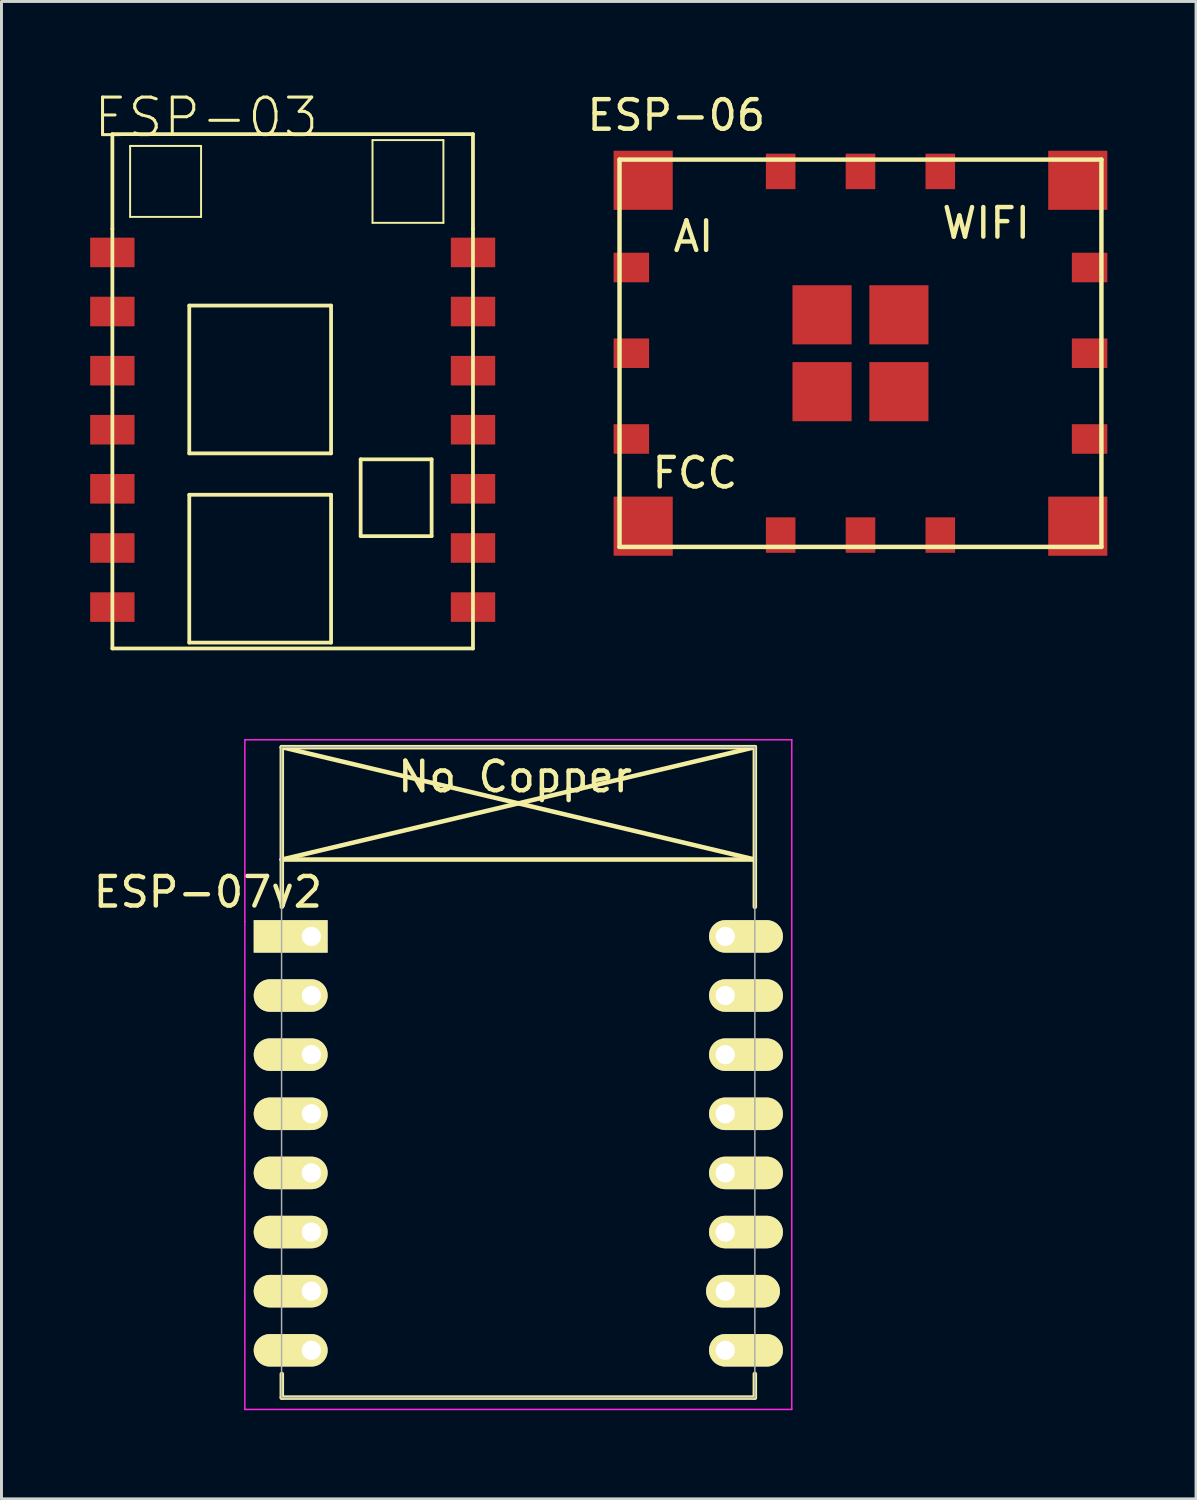
<source format=kicad_pcb>
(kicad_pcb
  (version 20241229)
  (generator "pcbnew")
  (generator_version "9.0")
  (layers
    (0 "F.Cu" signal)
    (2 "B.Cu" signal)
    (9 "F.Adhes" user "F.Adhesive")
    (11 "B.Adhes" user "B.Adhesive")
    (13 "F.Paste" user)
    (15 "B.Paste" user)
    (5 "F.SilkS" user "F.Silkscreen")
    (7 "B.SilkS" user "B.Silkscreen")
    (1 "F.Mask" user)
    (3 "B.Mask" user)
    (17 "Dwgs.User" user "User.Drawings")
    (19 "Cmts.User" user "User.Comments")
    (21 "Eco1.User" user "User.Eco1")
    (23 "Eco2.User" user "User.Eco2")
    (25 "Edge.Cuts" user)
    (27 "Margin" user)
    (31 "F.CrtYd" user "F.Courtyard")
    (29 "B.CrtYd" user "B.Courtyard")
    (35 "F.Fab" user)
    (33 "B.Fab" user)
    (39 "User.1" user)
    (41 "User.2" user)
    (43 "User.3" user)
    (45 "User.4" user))
  (footprint "ESP-06"
    (layer "F.Cu")
    (at 26.055 8.898)
    (property "Reference" "ESP-06" (at -6.23 -8.05 0) (layer "F.SilkS") (effects (font (size 1 1) (thickness 0.15))))
    (attr through_hole)
    (fp_line (start -8.15 -6.55) (end -8.15 6.55) (stroke (width 0.15) (type solid)) (layer "F.SilkS"))
    (fp_line (start -8.15 6.55) (end 8.15 6.55) (stroke (width 0.15) (type solid)) (layer "F.SilkS"))
    (fp_line (start 8.15 -6.55) (end -8.15 -6.55) (stroke (width 0.15) (type solid)) (layer "F.SilkS"))
    (fp_line (start 8.15 6.55) (end 8.15 -6.55) (stroke (width 0.15) (type solid)) (layer "F.SilkS"))
    (fp_text user "WIFI" (at 4.25 -4.4 0) (layer "F.SilkS") (effects (font (size 1 1) (thickness 0.15))))
    (fp_text user "AI" (at -5.65 -3.95 0) (layer "F.SilkS") (effects (font (size 1 1) (thickness 0.15))))
    (fp_text user "FCC" (at -5.6 4.05 0) (layer "F.SilkS") (effects (font (size 1 1) (thickness 0.15))))
    (pad "1" smd rect (at -7.35 -5.85) (size 2 2) (layers "F.Cu" "F.Mask" "F.Paste"))
    (pad "2" smd rect (at -7.75 -2.9) (size 1.2 1) (layers "F.Cu" "F.Mask" "F.Paste"))
    (pad "3" smd rect (at -7.75 0) (size 1.2 1) (layers "F.Cu" "F.Mask" "F.Paste"))
    (pad "4" smd rect (at -7.75 2.9) (size 1.2 1) (layers "F.Cu" "F.Mask" "F.Paste"))
    (pad "5" smd rect (at -7.35 5.85) (size 2 2) (layers "F.Cu" "F.Mask" "F.Paste"))
    (pad "6" smd rect (at -2.7 6.15) (size 1 1.2) (layers "F.Cu" "F.Mask" "F.Paste"))
    (pad "7" smd rect (at 0 6.15) (size 1 1.2) (layers "F.Cu" "F.Mask" "F.Paste"))
    (pad "8" smd rect (at 2.7 6.15) (size 1 1.2) (layers "F.Cu" "F.Mask" "F.Paste"))
    (pad "9" smd rect (at 7.35 5.85) (size 2 2) (layers "F.Cu" "F.Mask" "F.Paste"))
    (pad "10" smd rect (at 7.75 2.9) (size 1.2 1) (layers "F.Cu" "F.Mask" "F.Paste"))
    (pad "11" smd rect (at 7.75 0) (size 1.2 1) (layers "F.Cu" "F.Mask" "F.Paste"))
    (pad "12" smd rect (at 7.75 -2.9) (size 1.2 1) (layers "F.Cu" "F.Mask" "F.Paste"))
    (pad "13" smd rect (at 7.35 -5.85) (size 2 2) (layers "F.Cu" "F.Mask" "F.Paste"))
    (pad "14" smd rect (at 2.7 -6.15) (size 1 1.2) (layers "F.Cu" "F.Mask" "F.Paste"))
    (pad "15" smd rect (at 0 -6.15) (size 1 1.2) (layers "F.Cu" "F.Mask" "F.Paste"))
    (pad "16" smd rect (at -2.7 -6.15) (size 1 1.2) (layers "F.Cu" "F.Mask" "F.Paste"))
    (pad "17" smd rect (at -1.3 -1.3) (size 2 2) (layers "F.Cu" "F.Mask" "F.Paste"))
    (pad "18" smd rect (at -1.3 1.3) (size 2 2) (layers "F.Cu" "F.Mask" "F.Paste"))
    (pad "19" smd rect (at 1.3 1.3) (size 2 2) (layers "F.Cu" "F.Mask" "F.Paste"))
    (pad "20" smd rect (at 1.3 -1.3) (size 2 2) (layers "F.Cu" "F.Mask" "F.Paste")))
  (footprint "ESP-03"
    (layer "F.Cu")
    (at 0.75 5.286)
    (property "Reference" "ESP-03" (at 3.176 -4.365 0) (layer "F.SilkS") (effects (font (size 1.27 1.27) (thickness 0.102))))
    (attr smd)
    (fp_line (start 0.001 -3.799) (end 0.001 -0.598) (stroke (width 0.127) (type solid)) (layer "F.SilkS"))
    (fp_line (start 0.001 -3.799) (end 12.198 -3.799) (stroke (width 0.127) (type solid)) (layer "F.SilkS"))
    (fp_line (start 0.001 -0.598) (end 0.001 13.598) (stroke (width 0.127) (type solid)) (layer "F.SilkS"))
    (fp_line (start 0.001 13.598) (end 12.198 13.598) (stroke (width 0.127) (type solid)) (layer "F.SilkS"))
    (fp_line (start 0.601 -3.4) (end 3.001 -3.4) (stroke (width 0.066) (type solid)) (layer "F.SilkS"))
    (fp_line (start 0.601 -0.999) (end 0.601 -3.4) (stroke (width 0.066) (type solid)) (layer "F.SilkS"))
    (fp_line (start 0.601 -0.999) (end 3.001 -0.999) (stroke (width 0.066) (type solid)) (layer "F.SilkS"))
    (fp_line (start 2.602 2) (end 2.602 6.999) (stroke (width 0.127) (type solid)) (layer "F.SilkS"))
    (fp_line (start 2.602 6.999) (end 7.398 6.999) (stroke (width 0.127) (type solid)) (layer "F.SilkS"))
    (fp_line (start 2.602 8.399) (end 2.602 13.4) (stroke (width 0.127) (type solid)) (layer "F.SilkS"))
    (fp_line (start 2.602 13.4) (end 7.398 13.4) (stroke (width 0.127) (type solid)) (layer "F.SilkS"))
    (fp_line (start 3.001 -0.999) (end 3.001 -3.4) (stroke (width 0.066) (type solid)) (layer "F.SilkS"))
    (fp_line (start 7.398 2) (end 2.602 2) (stroke (width 0.127) (type solid)) (layer "F.SilkS"))
    (fp_line (start 7.398 6.999) (end 7.398 2) (stroke (width 0.127) (type solid)) (layer "F.SilkS"))
    (fp_line (start 7.398 8.399) (end 2.602 8.399) (stroke (width 0.127) (type solid)) (layer "F.SilkS"))
    (fp_line (start 7.398 13.4) (end 7.398 8.399) (stroke (width 0.127) (type solid)) (layer "F.SilkS"))
    (fp_line (start 8.399 7.2) (end 8.399 9.798) (stroke (width 0.127) (type solid)) (layer "F.SilkS"))
    (fp_line (start 8.399 9.798) (end 10.799 9.798) (stroke (width 0.127) (type solid)) (layer "F.SilkS"))
    (fp_line (start 8.8 -3.598) (end 11.198 -3.598) (stroke (width 0.066) (type solid)) (layer "F.SilkS"))
    (fp_line (start 8.8 -0.799) (end 8.8 -3.598) (stroke (width 0.066) (type solid)) (layer "F.SilkS"))
    (fp_line (start 8.8 -0.799) (end 11.198 -0.799) (stroke (width 0.066) (type solid)) (layer "F.SilkS"))
    (fp_line (start 10.799 7.2) (end 8.399 7.2) (stroke (width 0.127) (type solid)) (layer "F.SilkS"))
    (fp_line (start 10.799 9.798) (end 10.799 7.2) (stroke (width 0.127) (type solid)) (layer "F.SilkS"))
    (fp_line (start 11.198 -0.799) (end 11.198 -3.598) (stroke (width 0.066) (type solid)) (layer "F.SilkS"))
    (fp_line (start 12.198 -3.799) (end 12.198 -0.598) (stroke (width 0.127) (type solid)) (layer "F.SilkS"))
    (fp_line (start 12.198 -0.598) (end 12.198 13.598) (stroke (width 0.127) (type solid)) (layer "F.SilkS"))
    (pad "1" smd rect (at 12.2 12.198) (size 1.5 1) (layers "F.Cu" "F.Mask" "F.Paste"))
    (pad "2" smd rect (at 12.2 10.199) (size 1.5 1) (layers "F.Cu" "F.Mask" "F.Paste"))
    (pad "3" smd rect (at 12.2 8.198) (size 1.5 1) (layers "F.Cu" "F.Mask" "F.Paste"))
    (pad "4" smd rect (at 12.2 6.199) (size 1.5 1) (layers "F.Cu" "F.Mask" "F.Paste"))
    (pad "5" smd rect (at 12.2 4.202) (size 1.5 1) (layers "F.Cu" "F.Mask" "F.Paste"))
    (pad "6" smd rect (at 12.2 2.201) (size 1.5 1) (layers "F.Cu" "F.Mask" "F.Paste"))
    (pad "7" smd rect (at 12.2 0.202) (size 1.5 1) (layers "F.Cu" "F.Mask" "F.Paste"))
    (pad "8" smd rect (at 0 0.202) (size 1.5 1) (layers "F.Cu" "F.Mask" "F.Paste"))
    (pad "9" smd rect (at 0 2.201) (size 1.5 1) (layers "F.Cu" "F.Mask" "F.Paste"))
    (pad "10" smd rect (at 0 4.202) (size 1.5 1) (layers "F.Cu" "F.Mask" "F.Paste"))
    (pad "11" smd rect (at 0 6.199) (size 1.5 1) (layers "F.Cu" "F.Mask" "F.Paste"))
    (pad "12" smd rect (at 0 8.198) (size 1.5 1) (layers "F.Cu" "F.Mask" "F.Paste"))
    (pad "13" smd rect (at 0 10.199) (size 1.5 1) (layers "F.Cu" "F.Mask" "F.Paste"))
    (pad "14" smd rect (at 0 12.198) (size 1.5 1) (layers "F.Cu" "F.Mask" "F.Paste")))
  (footprint "ESP-07v2"
    (layer "F.Cu")
    (at 7.482 28.623)
    (property "Reference" "ESP-07v2" (at -3.5 -1.5 0) (layer "F.SilkS") (effects (font (size 1 1) (thickness 0.15))))
    (attr through_hole)
    (fp_line (start -1.008 -2.6) (end 14.992 -2.6) (stroke (width 0.152) (type solid)) (layer "F.SilkS"))
    (fp_line (start -1 -6.4) (end -1 -1) (stroke (width 0.152) (type solid)) (layer "F.SilkS"))
    (fp_line (start -1 -6.4) (end 15 -6.4) (stroke (width 0.152) (type solid)) (layer "F.SilkS"))
    (fp_line (start -1 -6.4) (end 15 -2.6) (stroke (width 0.152) (type solid)) (layer "F.SilkS"))
    (fp_line (start -1 14.8) (end -1 15.6) (stroke (width 0.152) (type solid)) (layer "F.SilkS"))
    (fp_line (start -1 15.6) (end 15 15.6) (stroke (width 0.152) (type solid)) (layer "F.SilkS"))
    (fp_line (start 15 -6.4) (end -1 -2.6) (stroke (width 0.152) (type solid)) (layer "F.SilkS"))
    (fp_line (start 15 -6.4) (end 15 -1) (stroke (width 0.152) (type solid)) (layer "F.SilkS"))
    (fp_line (start 15 15.6) (end 15 14.8) (stroke (width 0.152) (type solid)) (layer "F.SilkS"))
    (fp_line (start -2.25 -6.65) (end 16.25 -6.65) (stroke (width 0.05) (type solid)) (layer "F.CrtYd"))
    (fp_line (start -2.25 -0.5) (end -2.25 -6.65) (stroke (width 0.05) (type solid)) (layer "F.CrtYd"))
    (fp_line (start -2.25 16) (end -2.25 -0.5) (stroke (width 0.05) (type solid)) (layer "F.CrtYd"))
    (fp_line (start 16.25 -6.65) (end 16.25 16) (stroke (width 0.05) (type solid)) (layer "F.CrtYd"))
    (fp_line (start 16.25 16) (end -2.25 16) (stroke (width 0.05) (type solid)) (layer "F.CrtYd"))
    (fp_line (start -1.008 15.6) (end -1.008 -6.4) (stroke (width 0.05) (type solid)) (layer "F.Fab"))
    (fp_line (start -1 -6.4) (end 15 -6.4) (stroke (width 0.05) (type solid)) (layer "F.Fab"))
    (fp_line (start 15 -6.4) (end 15 15.6) (stroke (width 0.05) (type solid)) (layer "F.Fab"))
    (fp_line (start 15 15.6) (end -1 15.6) (stroke (width 0.05) (type solid)) (layer "F.Fab"))
    (fp_text user "No Copper" (at 6.892 -5.4 0) (layer "F.SilkS") (effects (font (size 1 1) (thickness 0.15))))
    (pad "1" thru_hole rect (at 0 0) (size 2.5 1.1) (drill 0.65 (offset -0.7 0)) (layers "*.Cu" "*.Mask" "F.SilkS" "F.Paste"))
    (pad "2" thru_hole oval (at 0 2) (size 2.5 1.1) (drill 0.65 (offset -0.7 0)) (layers "*.Cu" "*.Mask" "F.SilkS" "F.Paste"))
    (pad "3" thru_hole oval (at 0 4) (size 2.5 1.1) (drill 0.65 (offset -0.7 0)) (layers "*.Cu" "*.Mask" "F.SilkS" "F.Paste"))
    (pad "4" thru_hole oval (at 0 6) (size 2.5 1.1) (drill 0.65 (offset -0.7 0)) (layers "*.Cu" "*.Mask" "F.SilkS" "F.Paste"))
    (pad "5" thru_hole oval (at 0 8) (size 2.5 1.1) (drill 0.65 (offset -0.7 0)) (layers "*.Cu" "*.Mask" "F.SilkS" "F.Paste"))
    (pad "6" thru_hole oval (at 0 10) (size 2.5 1.1) (drill 0.65 (offset -0.7 0)) (layers "*.Cu" "*.Mask" "F.SilkS" "F.Paste"))
    (pad "7" thru_hole oval (at 0 12) (size 2.5 1.1) (drill 0.65 (offset -0.7 0)) (layers "*.Cu" "*.Mask" "F.SilkS" "F.Paste"))
    (pad "8" thru_hole oval (at 0 14) (size 2.5 1.1) (drill 0.65 (offset -0.7 0)) (layers "*.Cu" "*.Mask" "F.SilkS" "F.Paste"))
    (pad "9" thru_hole oval (at 14 14) (size 2.5 1.1) (drill 0.65 (offset 0.7 0)) (layers "*.Cu" "*.Mask" "F.SilkS" "F.Paste"))
    (pad "10" thru_hole oval (at 14 12) (size 2.5 1.1) (drill 0.65 (offset 0.6 0)) (layers "*.Cu" "*.Mask" "F.SilkS" "F.Paste"))
    (pad "11" thru_hole oval (at 14 10) (size 2.5 1.1) (drill 0.65 (offset 0.7 0)) (layers "*.Cu" "*.Mask" "F.SilkS" "F.Paste"))
    (pad "12" thru_hole oval (at 14 8) (size 2.5 1.1) (drill 0.65 (offset 0.7 0)) (layers "*.Cu" "*.Mask" "F.SilkS" "F.Paste"))
    (pad "13" thru_hole oval (at 14 6) (size 2.5 1.1) (drill 0.65 (offset 0.7 0)) (layers "*.Cu" "*.Mask" "F.SilkS" "F.Paste"))
    (pad "14" thru_hole oval (at 14 4) (size 2.5 1.1) (drill 0.65 (offset 0.7 0)) (layers "*.Cu" "*.Mask" "F.SilkS" "F.Paste"))
    (pad "15" thru_hole oval (at 14 2) (size 2.5 1.1) (drill 0.65 (offset 0.7 0)) (layers "*.Cu" "*.Mask" "F.SilkS" "F.Paste"))
    (pad "16" thru_hole oval (at 14 0) (size 2.5 1.1) (drill 0.65 (offset 0.7 0)) (layers "*.Cu" "*.Mask" "F.SilkS" "F.Paste")))
  (gr_rect
    (start -3 -3)
    (end 37.405 47.648)
    (stroke (width 0.1) (type default))
    (fill no)
    (layer "Edge.Cuts")))
</source>
